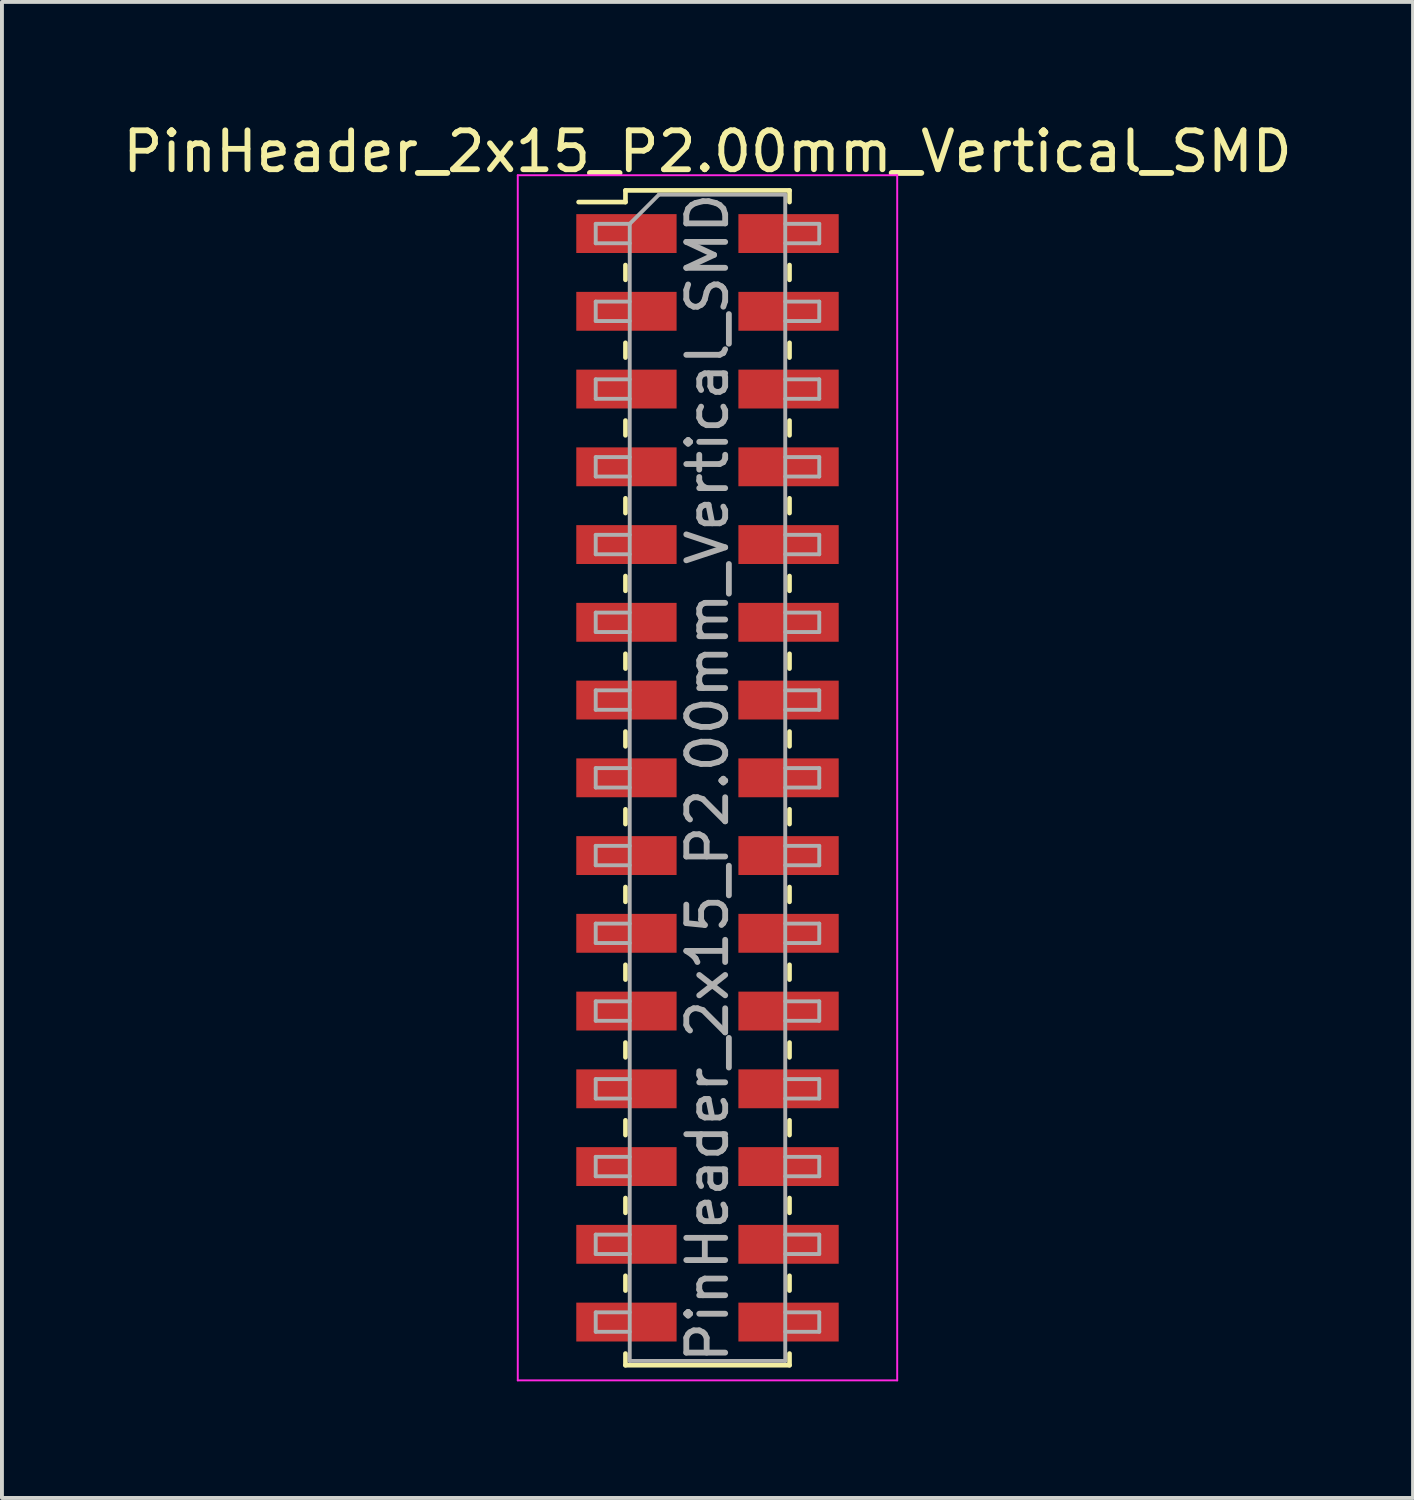
<source format=kicad_pcb>
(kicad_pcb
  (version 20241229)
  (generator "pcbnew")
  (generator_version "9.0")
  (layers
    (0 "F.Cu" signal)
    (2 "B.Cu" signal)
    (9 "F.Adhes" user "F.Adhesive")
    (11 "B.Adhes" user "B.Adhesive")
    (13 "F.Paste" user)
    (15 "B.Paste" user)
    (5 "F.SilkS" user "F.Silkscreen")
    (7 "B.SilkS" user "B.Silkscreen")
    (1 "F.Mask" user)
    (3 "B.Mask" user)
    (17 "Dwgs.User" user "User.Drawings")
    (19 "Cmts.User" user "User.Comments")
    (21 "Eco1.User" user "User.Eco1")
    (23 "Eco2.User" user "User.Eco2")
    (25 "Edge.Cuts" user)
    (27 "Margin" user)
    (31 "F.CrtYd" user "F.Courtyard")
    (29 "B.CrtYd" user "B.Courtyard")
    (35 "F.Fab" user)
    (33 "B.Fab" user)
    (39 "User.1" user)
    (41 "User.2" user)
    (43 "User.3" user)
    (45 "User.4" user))
  (footprint "PinHeader_2x15_P2.00mm_Vertical_SMD"
    (layer "F.Cu")
    (at 15.149 16.958)
    (property "Reference" "PinHeader_2x15_P2.00mm_Vertical_SMD" (at 0 -16.11 0) (layer "F.SilkS") (effects (font (size 1 1) (thickness 0.15))))
    (attr smd)
    (fp_line (start -3.315 -14.81) (end -2.11 -14.81) (stroke (width 0.12) (type solid)) (layer "F.SilkS"))
    (fp_line (start -2.11 -15.11) (end -2.11 -14.81) (stroke (width 0.12) (type solid)) (layer "F.SilkS"))
    (fp_line (start -2.11 -15.11) (end 2.11 -15.11) (stroke (width 0.12) (type solid)) (layer "F.SilkS"))
    (fp_line (start -2.11 -13.19) (end -2.11 -12.81) (stroke (width 0.12) (type solid)) (layer "F.SilkS"))
    (fp_line (start -2.11 -11.19) (end -2.11 -10.81) (stroke (width 0.12) (type solid)) (layer "F.SilkS"))
    (fp_line (start -2.11 -9.19) (end -2.11 -8.81) (stroke (width 0.12) (type solid)) (layer "F.SilkS"))
    (fp_line (start -2.11 -7.19) (end -2.11 -6.81) (stroke (width 0.12) (type solid)) (layer "F.SilkS"))
    (fp_line (start -2.11 -5.19) (end -2.11 -4.81) (stroke (width 0.12) (type solid)) (layer "F.SilkS"))
    (fp_line (start -2.11 -3.19) (end -2.11 -2.81) (stroke (width 0.12) (type solid)) (layer "F.SilkS"))
    (fp_line (start -2.11 -1.19) (end -2.11 -0.81) (stroke (width 0.12) (type solid)) (layer "F.SilkS"))
    (fp_line (start -2.11 0.81) (end -2.11 1.19) (stroke (width 0.12) (type solid)) (layer "F.SilkS"))
    (fp_line (start -2.11 2.81) (end -2.11 3.19) (stroke (width 0.12) (type solid)) (layer "F.SilkS"))
    (fp_line (start -2.11 4.81) (end -2.11 5.19) (stroke (width 0.12) (type solid)) (layer "F.SilkS"))
    (fp_line (start -2.11 6.81) (end -2.11 7.19) (stroke (width 0.12) (type solid)) (layer "F.SilkS"))
    (fp_line (start -2.11 8.81) (end -2.11 9.19) (stroke (width 0.12) (type solid)) (layer "F.SilkS"))
    (fp_line (start -2.11 10.81) (end -2.11 11.19) (stroke (width 0.12) (type solid)) (layer "F.SilkS"))
    (fp_line (start -2.11 12.81) (end -2.11 13.19) (stroke (width 0.12) (type solid)) (layer "F.SilkS"))
    (fp_line (start -2.11 14.81) (end -2.11 15.11) (stroke (width 0.12) (type solid)) (layer "F.SilkS"))
    (fp_line (start -2.11 15.11) (end 2.11 15.11) (stroke (width 0.12) (type solid)) (layer "F.SilkS"))
    (fp_line (start 2.11 -15.11) (end 2.11 -14.81) (stroke (width 0.12) (type solid)) (layer "F.SilkS"))
    (fp_line (start 2.11 -13.19) (end 2.11 -12.81) (stroke (width 0.12) (type solid)) (layer "F.SilkS"))
    (fp_line (start 2.11 -11.19) (end 2.11 -10.81) (stroke (width 0.12) (type solid)) (layer "F.SilkS"))
    (fp_line (start 2.11 -9.19) (end 2.11 -8.81) (stroke (width 0.12) (type solid)) (layer "F.SilkS"))
    (fp_line (start 2.11 -7.19) (end 2.11 -6.81) (stroke (width 0.12) (type solid)) (layer "F.SilkS"))
    (fp_line (start 2.11 -5.19) (end 2.11 -4.81) (stroke (width 0.12) (type solid)) (layer "F.SilkS"))
    (fp_line (start 2.11 -3.19) (end 2.11 -2.81) (stroke (width 0.12) (type solid)) (layer "F.SilkS"))
    (fp_line (start 2.11 -1.19) (end 2.11 -0.81) (stroke (width 0.12) (type solid)) (layer "F.SilkS"))
    (fp_line (start 2.11 0.81) (end 2.11 1.19) (stroke (width 0.12) (type solid)) (layer "F.SilkS"))
    (fp_line (start 2.11 2.81) (end 2.11 3.19) (stroke (width 0.12) (type solid)) (layer "F.SilkS"))
    (fp_line (start 2.11 4.81) (end 2.11 5.19) (stroke (width 0.12) (type solid)) (layer "F.SilkS"))
    (fp_line (start 2.11 6.81) (end 2.11 7.19) (stroke (width 0.12) (type solid)) (layer "F.SilkS"))
    (fp_line (start 2.11 8.81) (end 2.11 9.19) (stroke (width 0.12) (type solid)) (layer "F.SilkS"))
    (fp_line (start 2.11 10.81) (end 2.11 11.19) (stroke (width 0.12) (type solid)) (layer "F.SilkS"))
    (fp_line (start 2.11 12.81) (end 2.11 13.19) (stroke (width 0.12) (type solid)) (layer "F.SilkS"))
    (fp_line (start 2.11 14.81) (end 2.11 15.11) (stroke (width 0.12) (type solid)) (layer "F.SilkS"))
    (fp_line (start -4.88 -15.5) (end -4.88 15.5) (stroke (width 0.05) (type solid)) (layer "F.CrtYd"))
    (fp_line (start -4.88 15.5) (end 4.88 15.5) (stroke (width 0.05) (type solid)) (layer "F.CrtYd"))
    (fp_line (start 4.88 -15.5) (end -4.88 -15.5) (stroke (width 0.05) (type solid)) (layer "F.CrtYd"))
    (fp_line (start 4.88 15.5) (end 4.88 -15.5) (stroke (width 0.05) (type solid)) (layer "F.CrtYd"))
    (fp_line (start -2.875 -14.25) (end -2.875 -13.75) (stroke (width 0.1) (type solid)) (layer "F.Fab"))
    (fp_line (start -2.875 -13.75) (end -2 -13.75) (stroke (width 0.1) (type solid)) (layer "F.Fab"))
    (fp_line (start -2.875 -12.25) (end -2.875 -11.75) (stroke (width 0.1) (type solid)) (layer "F.Fab"))
    (fp_line (start -2.875 -11.75) (end -2 -11.75) (stroke (width 0.1) (type solid)) (layer "F.Fab"))
    (fp_line (start -2.875 -10.25) (end -2.875 -9.75) (stroke (width 0.1) (type solid)) (layer "F.Fab"))
    (fp_line (start -2.875 -9.75) (end -2 -9.75) (stroke (width 0.1) (type solid)) (layer "F.Fab"))
    (fp_line (start -2.875 -8.25) (end -2.875 -7.75) (stroke (width 0.1) (type solid)) (layer "F.Fab"))
    (fp_line (start -2.875 -7.75) (end -2 -7.75) (stroke (width 0.1) (type solid)) (layer "F.Fab"))
    (fp_line (start -2.875 -6.25) (end -2.875 -5.75) (stroke (width 0.1) (type solid)) (layer "F.Fab"))
    (fp_line (start -2.875 -5.75) (end -2 -5.75) (stroke (width 0.1) (type solid)) (layer "F.Fab"))
    (fp_line (start -2.875 -4.25) (end -2.875 -3.75) (stroke (width 0.1) (type solid)) (layer "F.Fab"))
    (fp_line (start -2.875 -3.75) (end -2 -3.75) (stroke (width 0.1) (type solid)) (layer "F.Fab"))
    (fp_line (start -2.875 -2.25) (end -2.875 -1.75) (stroke (width 0.1) (type solid)) (layer "F.Fab"))
    (fp_line (start -2.875 -1.75) (end -2 -1.75) (stroke (width 0.1) (type solid)) (layer "F.Fab"))
    (fp_line (start -2.875 -0.25) (end -2.875 0.25) (stroke (width 0.1) (type solid)) (layer "F.Fab"))
    (fp_line (start -2.875 0.25) (end -2 0.25) (stroke (width 0.1) (type solid)) (layer "F.Fab"))
    (fp_line (start -2.875 1.75) (end -2.875 2.25) (stroke (width 0.1) (type solid)) (layer "F.Fab"))
    (fp_line (start -2.875 2.25) (end -2 2.25) (stroke (width 0.1) (type solid)) (layer "F.Fab"))
    (fp_line (start -2.875 3.75) (end -2.875 4.25) (stroke (width 0.1) (type solid)) (layer "F.Fab"))
    (fp_line (start -2.875 4.25) (end -2 4.25) (stroke (width 0.1) (type solid)) (layer "F.Fab"))
    (fp_line (start -2.875 5.75) (end -2.875 6.25) (stroke (width 0.1) (type solid)) (layer "F.Fab"))
    (fp_line (start -2.875 6.25) (end -2 6.25) (stroke (width 0.1) (type solid)) (layer "F.Fab"))
    (fp_line (start -2.875 7.75) (end -2.875 8.25) (stroke (width 0.1) (type solid)) (layer "F.Fab"))
    (fp_line (start -2.875 8.25) (end -2 8.25) (stroke (width 0.1) (type solid)) (layer "F.Fab"))
    (fp_line (start -2.875 9.75) (end -2.875 10.25) (stroke (width 0.1) (type solid)) (layer "F.Fab"))
    (fp_line (start -2.875 10.25) (end -2 10.25) (stroke (width 0.1) (type solid)) (layer "F.Fab"))
    (fp_line (start -2.875 11.75) (end -2.875 12.25) (stroke (width 0.1) (type solid)) (layer "F.Fab"))
    (fp_line (start -2.875 12.25) (end -2 12.25) (stroke (width 0.1) (type solid)) (layer "F.Fab"))
    (fp_line (start -2.875 13.75) (end -2.875 14.25) (stroke (width 0.1) (type solid)) (layer "F.Fab"))
    (fp_line (start -2.875 14.25) (end -2 14.25) (stroke (width 0.1) (type solid)) (layer "F.Fab"))
    (fp_line (start -2 -14.25) (end -2.875 -14.25) (stroke (width 0.1) (type solid)) (layer "F.Fab"))
    (fp_line (start -2 -14.25) (end -1.25 -15) (stroke (width 0.1) (type solid)) (layer "F.Fab"))
    (fp_line (start -2 -12.25) (end -2.875 -12.25) (stroke (width 0.1) (type solid)) (layer "F.Fab"))
    (fp_line (start -2 -10.25) (end -2.875 -10.25) (stroke (width 0.1) (type solid)) (layer "F.Fab"))
    (fp_line (start -2 -8.25) (end -2.875 -8.25) (stroke (width 0.1) (type solid)) (layer "F.Fab"))
    (fp_line (start -2 -6.25) (end -2.875 -6.25) (stroke (width 0.1) (type solid)) (layer "F.Fab"))
    (fp_line (start -2 -4.25) (end -2.875 -4.25) (stroke (width 0.1) (type solid)) (layer "F.Fab"))
    (fp_line (start -2 -2.25) (end -2.875 -2.25) (stroke (width 0.1) (type solid)) (layer "F.Fab"))
    (fp_line (start -2 -0.25) (end -2.875 -0.25) (stroke (width 0.1) (type solid)) (layer "F.Fab"))
    (fp_line (start -2 1.75) (end -2.875 1.75) (stroke (width 0.1) (type solid)) (layer "F.Fab"))
    (fp_line (start -2 3.75) (end -2.875 3.75) (stroke (width 0.1) (type solid)) (layer "F.Fab"))
    (fp_line (start -2 5.75) (end -2.875 5.75) (stroke (width 0.1) (type solid)) (layer "F.Fab"))
    (fp_line (start -2 7.75) (end -2.875 7.75) (stroke (width 0.1) (type solid)) (layer "F.Fab"))
    (fp_line (start -2 9.75) (end -2.875 9.75) (stroke (width 0.1) (type solid)) (layer "F.Fab"))
    (fp_line (start -2 11.75) (end -2.875 11.75) (stroke (width 0.1) (type solid)) (layer "F.Fab"))
    (fp_line (start -2 13.75) (end -2.875 13.75) (stroke (width 0.1) (type solid)) (layer "F.Fab"))
    (fp_line (start -2 15) (end -2 -14.25) (stroke (width 0.1) (type solid)) (layer "F.Fab"))
    (fp_line (start -1.25 -15) (end 2 -15) (stroke (width 0.1) (type solid)) (layer "F.Fab"))
    (fp_line (start 2 -15) (end 2 15) (stroke (width 0.1) (type solid)) (layer "F.Fab"))
    (fp_line (start 2 -14.25) (end 2.875 -14.25) (stroke (width 0.1) (type solid)) (layer "F.Fab"))
    (fp_line (start 2 -12.25) (end 2.875 -12.25) (stroke (width 0.1) (type solid)) (layer "F.Fab"))
    (fp_line (start 2 -10.25) (end 2.875 -10.25) (stroke (width 0.1) (type solid)) (layer "F.Fab"))
    (fp_line (start 2 -8.25) (end 2.875 -8.25) (stroke (width 0.1) (type solid)) (layer "F.Fab"))
    (fp_line (start 2 -6.25) (end 2.875 -6.25) (stroke (width 0.1) (type solid)) (layer "F.Fab"))
    (fp_line (start 2 -4.25) (end 2.875 -4.25) (stroke (width 0.1) (type solid)) (layer "F.Fab"))
    (fp_line (start 2 -2.25) (end 2.875 -2.25) (stroke (width 0.1) (type solid)) (layer "F.Fab"))
    (fp_line (start 2 -0.25) (end 2.875 -0.25) (stroke (width 0.1) (type solid)) (layer "F.Fab"))
    (fp_line (start 2 1.75) (end 2.875 1.75) (stroke (width 0.1) (type solid)) (layer "F.Fab"))
    (fp_line (start 2 3.75) (end 2.875 3.75) (stroke (width 0.1) (type solid)) (layer "F.Fab"))
    (fp_line (start 2 5.75) (end 2.875 5.75) (stroke (width 0.1) (type solid)) (layer "F.Fab"))
    (fp_line (start 2 7.75) (end 2.875 7.75) (stroke (width 0.1) (type solid)) (layer "F.Fab"))
    (fp_line (start 2 9.75) (end 2.875 9.75) (stroke (width 0.1) (type solid)) (layer "F.Fab"))
    (fp_line (start 2 11.75) (end 2.875 11.75) (stroke (width 0.1) (type solid)) (layer "F.Fab"))
    (fp_line (start 2 13.75) (end 2.875 13.75) (stroke (width 0.1) (type solid)) (layer "F.Fab"))
    (fp_line (start 2 15) (end -2 15) (stroke (width 0.1) (type solid)) (layer "F.Fab"))
    (fp_line (start 2.875 -14.25) (end 2.875 -13.75) (stroke (width 0.1) (type solid)) (layer "F.Fab"))
    (fp_line (start 2.875 -13.75) (end 2 -13.75) (stroke (width 0.1) (type solid)) (layer "F.Fab"))
    (fp_line (start 2.875 -12.25) (end 2.875 -11.75) (stroke (width 0.1) (type solid)) (layer "F.Fab"))
    (fp_line (start 2.875 -11.75) (end 2 -11.75) (stroke (width 0.1) (type solid)) (layer "F.Fab"))
    (fp_line (start 2.875 -10.25) (end 2.875 -9.75) (stroke (width 0.1) (type solid)) (layer "F.Fab"))
    (fp_line (start 2.875 -9.75) (end 2 -9.75) (stroke (width 0.1) (type solid)) (layer "F.Fab"))
    (fp_line (start 2.875 -8.25) (end 2.875 -7.75) (stroke (width 0.1) (type solid)) (layer "F.Fab"))
    (fp_line (start 2.875 -7.75) (end 2 -7.75) (stroke (width 0.1) (type solid)) (layer "F.Fab"))
    (fp_line (start 2.875 -6.25) (end 2.875 -5.75) (stroke (width 0.1) (type solid)) (layer "F.Fab"))
    (fp_line (start 2.875 -5.75) (end 2 -5.75) (stroke (width 0.1) (type solid)) (layer "F.Fab"))
    (fp_line (start 2.875 -4.25) (end 2.875 -3.75) (stroke (width 0.1) (type solid)) (layer "F.Fab"))
    (fp_line (start 2.875 -3.75) (end 2 -3.75) (stroke (width 0.1) (type solid)) (layer "F.Fab"))
    (fp_line (start 2.875 -2.25) (end 2.875 -1.75) (stroke (width 0.1) (type solid)) (layer "F.Fab"))
    (fp_line (start 2.875 -1.75) (end 2 -1.75) (stroke (width 0.1) (type solid)) (layer "F.Fab"))
    (fp_line (start 2.875 -0.25) (end 2.875 0.25) (stroke (width 0.1) (type solid)) (layer "F.Fab"))
    (fp_line (start 2.875 0.25) (end 2 0.25) (stroke (width 0.1) (type solid)) (layer "F.Fab"))
    (fp_line (start 2.875 1.75) (end 2.875 2.25) (stroke (width 0.1) (type solid)) (layer "F.Fab"))
    (fp_line (start 2.875 2.25) (end 2 2.25) (stroke (width 0.1) (type solid)) (layer "F.Fab"))
    (fp_line (start 2.875 3.75) (end 2.875 4.25) (stroke (width 0.1) (type solid)) (layer "F.Fab"))
    (fp_line (start 2.875 4.25) (end 2 4.25) (stroke (width 0.1) (type solid)) (layer "F.Fab"))
    (fp_line (start 2.875 5.75) (end 2.875 6.25) (stroke (width 0.1) (type solid)) (layer "F.Fab"))
    (fp_line (start 2.875 6.25) (end 2 6.25) (stroke (width 0.1) (type solid)) (layer "F.Fab"))
    (fp_line (start 2.875 7.75) (end 2.875 8.25) (stroke (width 0.1) (type solid)) (layer "F.Fab"))
    (fp_line (start 2.875 8.25) (end 2 8.25) (stroke (width 0.1) (type solid)) (layer "F.Fab"))
    (fp_line (start 2.875 9.75) (end 2.875 10.25) (stroke (width 0.1) (type solid)) (layer "F.Fab"))
    (fp_line (start 2.875 10.25) (end 2 10.25) (stroke (width 0.1) (type solid)) (layer "F.Fab"))
    (fp_line (start 2.875 11.75) (end 2.875 12.25) (stroke (width 0.1) (type solid)) (layer "F.Fab"))
    (fp_line (start 2.875 12.25) (end 2 12.25) (stroke (width 0.1) (type solid)) (layer "F.Fab"))
    (fp_line (start 2.875 13.75) (end 2.875 14.25) (stroke (width 0.1) (type solid)) (layer "F.Fab"))
    (fp_line (start 2.875 14.25) (end 2 14.25) (stroke (width 0.1) (type solid)) (layer "F.Fab"))
    (fp_text user "${REFERENCE}" (at 0 0 90) (layer "F.Fab") (effects (font (size 1 1) (thickness 0.15))))
    (pad "1" smd rect (at -2.085 -14) (size 2.58 1) (layers "F.Cu" "F.Mask" "F.Paste"))
    (pad "2" smd rect (at 2.085 -14) (size 2.58 1) (layers "F.Cu" "F.Mask" "F.Paste"))
    (pad "3" smd rect (at -2.085 -12) (size 2.58 1) (layers "F.Cu" "F.Mask" "F.Paste"))
    (pad "4" smd rect (at 2.085 -12) (size 2.58 1) (layers "F.Cu" "F.Mask" "F.Paste"))
    (pad "5" smd rect (at -2.085 -10) (size 2.58 1) (layers "F.Cu" "F.Mask" "F.Paste"))
    (pad "6" smd rect (at 2.085 -10) (size 2.58 1) (layers "F.Cu" "F.Mask" "F.Paste"))
    (pad "7" smd rect (at -2.085 -8) (size 2.58 1) (layers "F.Cu" "F.Mask" "F.Paste"))
    (pad "8" smd rect (at 2.085 -8) (size 2.58 1) (layers "F.Cu" "F.Mask" "F.Paste"))
    (pad "9" smd rect (at -2.085 -6) (size 2.58 1) (layers "F.Cu" "F.Mask" "F.Paste"))
    (pad "10" smd rect (at 2.085 -6) (size 2.58 1) (layers "F.Cu" "F.Mask" "F.Paste"))
    (pad "11" smd rect (at -2.085 -4) (size 2.58 1) (layers "F.Cu" "F.Mask" "F.Paste"))
    (pad "12" smd rect (at 2.085 -4) (size 2.58 1) (layers "F.Cu" "F.Mask" "F.Paste"))
    (pad "13" smd rect (at -2.085 -2) (size 2.58 1) (layers "F.Cu" "F.Mask" "F.Paste"))
    (pad "14" smd rect (at 2.085 -2) (size 2.58 1) (layers "F.Cu" "F.Mask" "F.Paste"))
    (pad "15" smd rect (at -2.085 0) (size 2.58 1) (layers "F.Cu" "F.Mask" "F.Paste"))
    (pad "16" smd rect (at 2.085 0) (size 2.58 1) (layers "F.Cu" "F.Mask" "F.Paste"))
    (pad "17" smd rect (at -2.085 2) (size 2.58 1) (layers "F.Cu" "F.Mask" "F.Paste"))
    (pad "18" smd rect (at 2.085 2) (size 2.58 1) (layers "F.Cu" "F.Mask" "F.Paste"))
    (pad "19" smd rect (at -2.085 4) (size 2.58 1) (layers "F.Cu" "F.Mask" "F.Paste"))
    (pad "20" smd rect (at 2.085 4) (size 2.58 1) (layers "F.Cu" "F.Mask" "F.Paste"))
    (pad "21" smd rect (at -2.085 6) (size 2.58 1) (layers "F.Cu" "F.Mask" "F.Paste"))
    (pad "22" smd rect (at 2.085 6) (size 2.58 1) (layers "F.Cu" "F.Mask" "F.Paste"))
    (pad "23" smd rect (at -2.085 8) (size 2.58 1) (layers "F.Cu" "F.Mask" "F.Paste"))
    (pad "24" smd rect (at 2.085 8) (size 2.58 1) (layers "F.Cu" "F.Mask" "F.Paste"))
    (pad "25" smd rect (at -2.085 10) (size 2.58 1) (layers "F.Cu" "F.Mask" "F.Paste"))
    (pad "26" smd rect (at 2.085 10) (size 2.58 1) (layers "F.Cu" "F.Mask" "F.Paste"))
    (pad "27" smd rect (at -2.085 12) (size 2.58 1) (layers "F.Cu" "F.Mask" "F.Paste"))
    (pad "28" smd rect (at 2.085 12) (size 2.58 1) (layers "F.Cu" "F.Mask" "F.Paste"))
    (pad "29" smd rect (at -2.085 14) (size 2.58 1) (layers "F.Cu" "F.Mask" "F.Paste"))
    (pad "30" smd rect (at 2.085 14) (size 2.58 1) (layers "F.Cu" "F.Mask" "F.Paste")))
  (gr_rect
    (start -3 -3)
    (end 33.298 35.483)
    (stroke (width 0.1) (type default))
    (fill no)
    (layer "Edge.Cuts")))
</source>
